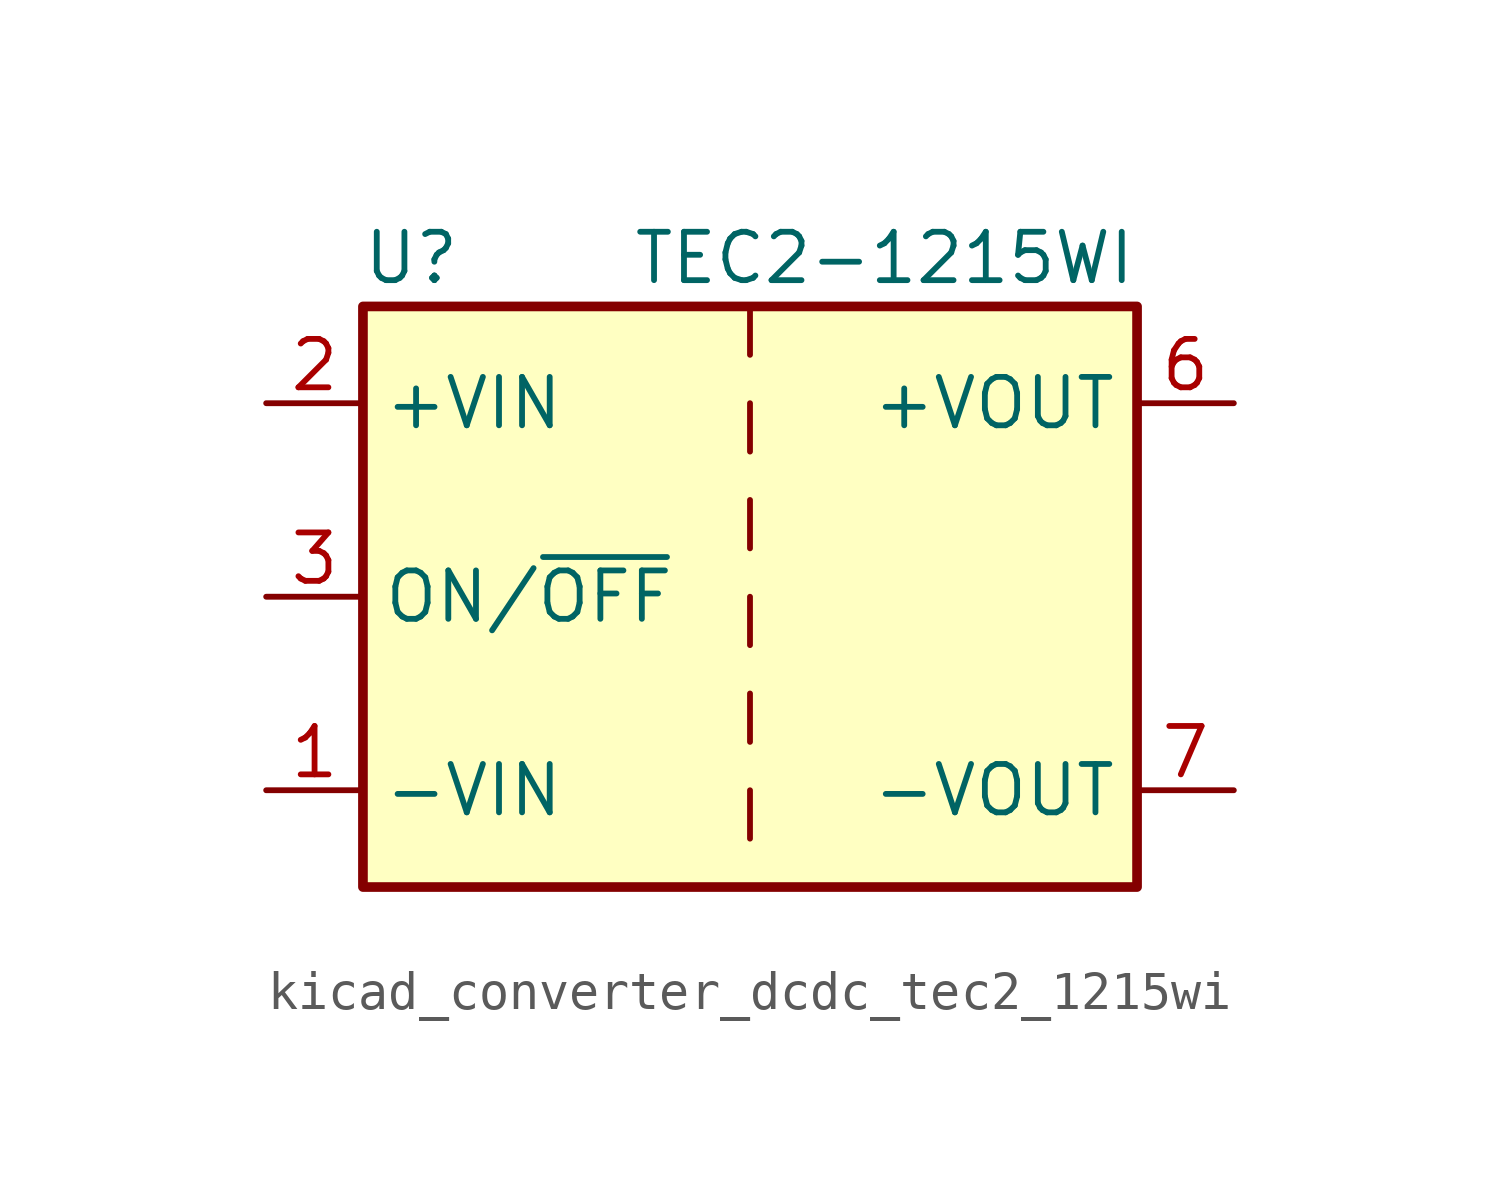
<source format=kicad_sym>
(kicad_symbol_lib
  (version 20220914)
  (generator kicad_symbol_editor)
  (symbol "kicad_converter_dcdc_tec2_1215wi"
    (property "Reference" "U"
      (at -8.89 8.89 0)
      (effects (font (size 1.27 1.27))))
    (property "Value" "TEC2-1215WI"
      (at 10.16 8.89 0)
      (effects (font (size 1.27 1.27)) (justify right)))
    (symbol "kicad_converter_dcdc_tec2_1215wi_0_1"
      (rectangle (start -10.16 7.62) (end 10.16 -7.62) (stroke (width 0.254) (type default)) (fill (type background)))
      (polyline (pts (xy 0 -5.08) (xy 0 -6.35)) (stroke (width 0) (type default)) (fill (type none)))
      (polyline (pts (xy 0 -2.54) (xy 0 -3.81)) (stroke (width 0) (type default)) (fill (type none)))
      (polyline (pts (xy 0 0) (xy 0 -1.27)) (stroke (width 0) (type default)) (fill (type none)))
      (polyline (pts (xy 0 2.54) (xy 0 1.27)) (stroke (width 0) (type default)) (fill (type none)))
      (polyline (pts (xy 0 5.08) (xy 0 3.81)) (stroke (width 0) (type default)) (fill (type none)))
      (polyline (pts (xy 0 7.62) (xy 0 6.35)) (stroke (width 0) (type default)) (fill (type none))))
    (symbol "kicad_converter_dcdc_tec2_1215wi_1_1"
      (pin power_in line (at -12.7 -5.08 0) (length 2.54) (name "-VIN" (effects (font (size 1.27 1.27)))) (number "1" (effects (font (size 1.27 1.27)))))
      (pin power_in line (at -12.7 5.08 0) (length 2.54) (name "+VIN" (effects (font (size 1.27 1.27)))) (number "2" (effects (font (size 1.27 1.27)))))
      (pin input line (at -12.7 0 0) (length 2.54) (name "ON/~{OFF}" (effects (font (size 1.27 1.27)))) (number "3" (effects (font (size 1.27 1.27)))))
      (pin no_connect line (at 10.16 2.54 180) (length 2.54) hide (name "NC" (effects (font (size 1.27 1.27)))) (number "5" (effects (font (size 1.27 1.27)))))
      (pin power_out line (at 12.7 5.08 180) (length 2.54) (name "+VOUT" (effects (font (size 1.27 1.27)))) (number "6" (effects (font (size 1.27 1.27)))))
      (pin power_out line (at 12.7 -5.08 180) (length 2.54) (name "-VOUT" (effects (font (size 1.27 1.27)))) (number "7" (effects (font (size 1.27 1.27)))))
      (pin no_connect line (at 10.16 0 180) (length 2.54) hide (name "NC" (effects (font (size 1.27 1.27)))) (number "8" (effects (font (size 1.27 1.27))))))))
</source>
